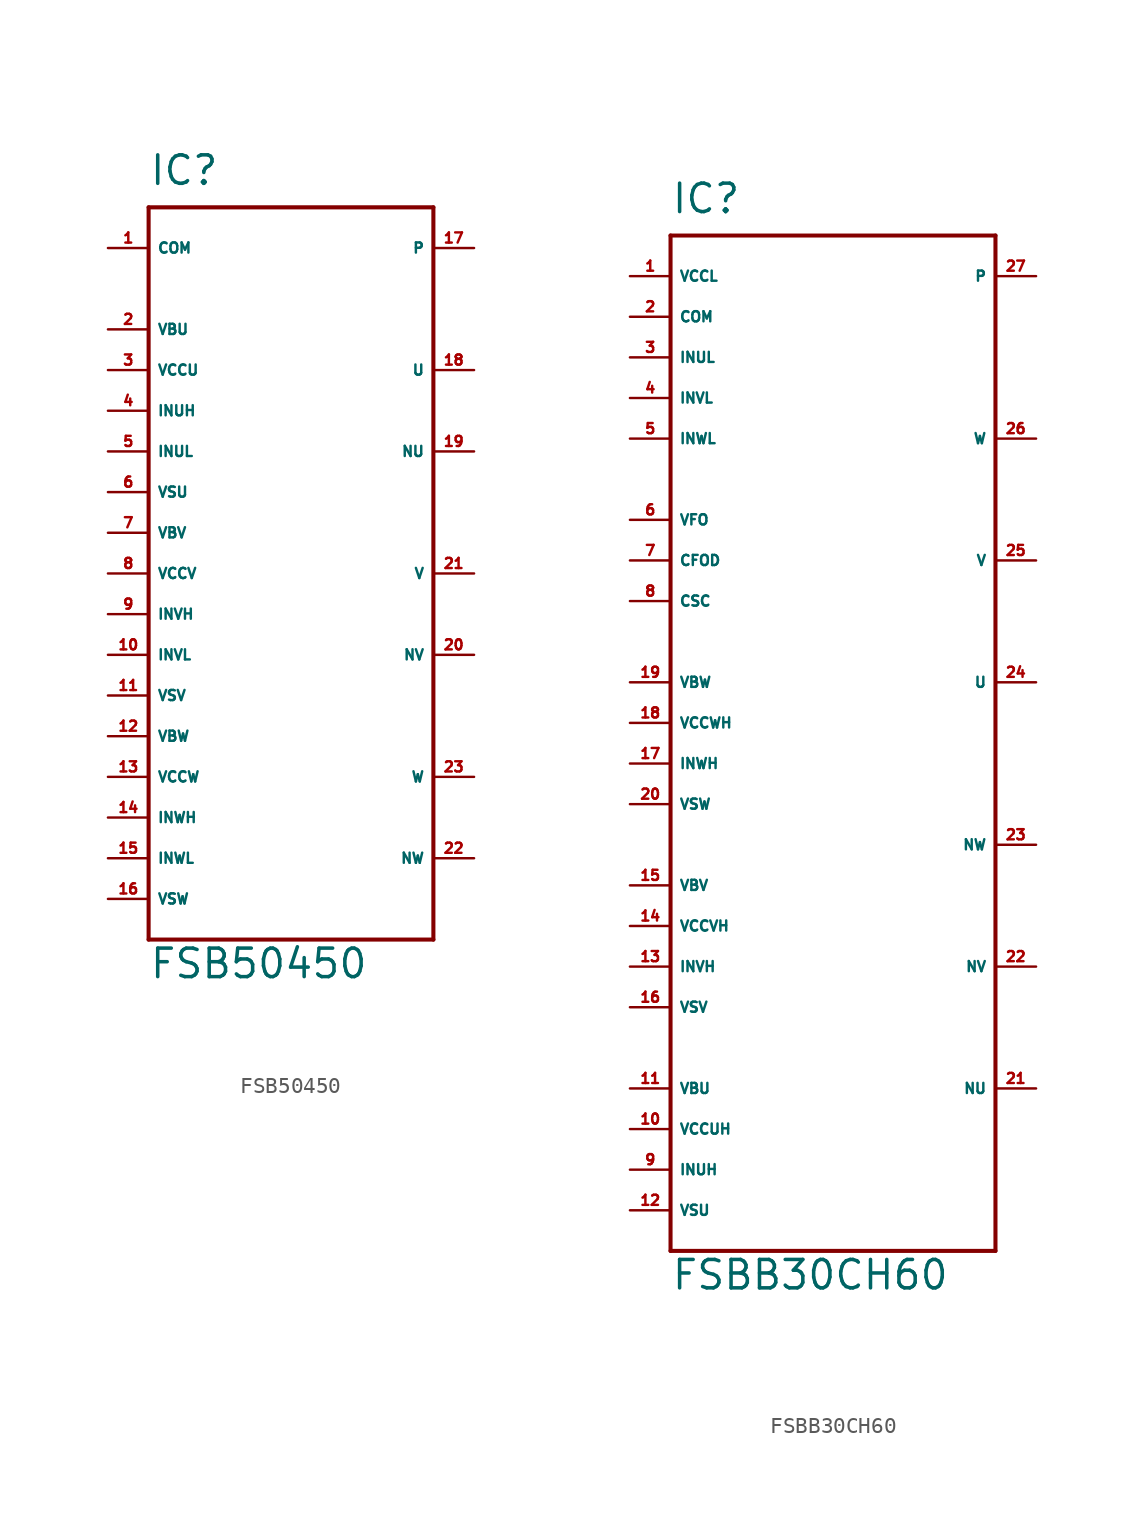
<source format=kicad_sym>
(kicad_symbol_lib
  (version 20220914)
  (generator Eagle2Kicad)
  (symbol "FSB50450"
    (property "Reference" "IC"
      (at -10.16 24.13 0)
      (effects (font (size 1.778 1.778) (thickness 0.22)) (justify left bottom)))
    (property "Value" "FSB50450"
      (at -10.16 -25.4 0)
      (effects (font (size 1.778 1.778) (thickness 0.22)) (justify left bottom)))
    (polyline
      (pts (xy -10.16 22.86) (xy 7.62 22.86))
      (stroke (width 0.254) (type default))
      (fill (type none)))
    (polyline
      (pts (xy 7.62 22.86) (xy 7.62 -22.86))
      (stroke (width 0.254) (type default))
      (fill (type none)))
    (polyline
      (pts (xy 7.62 -22.86) (xy -10.16 -22.86))
      (stroke (width 0.254) (type default))
      (fill (type none)))
    (polyline
      (pts (xy -10.16 -22.86) (xy -10.16 22.86))
      (stroke (width 0.254) (type default))
      (fill (type none)))
    (pin input line
      (at -12.7 20.32 0)
      (length 2.54)
      (name "COM" (effects (font (size 0.635 0.635) (thickness 0.08)) (justify left bottom)))
      (number "1" (effects (font (size 0.635 0.635) (thickness 0.08)) (justify left bottom))))
    (pin input line
      (at -12.7 15.24 0)
      (length 2.54)
      (name "VBU" (effects (font (size 0.635 0.635) (thickness 0.08)) (justify left bottom)))
      (number "2" (effects (font (size 0.635 0.635) (thickness 0.08)) (justify left bottom))))
    (pin input line
      (at -12.7 12.7 0)
      (length 2.54)
      (name "VCCU" (effects (font (size 0.635 0.635) (thickness 0.08)) (justify left bottom)))
      (number "3" (effects (font (size 0.635 0.635) (thickness 0.08)) (justify left bottom))))
    (pin input line
      (at -12.7 10.16 0)
      (length 2.54)
      (name "INUH" (effects (font (size 0.635 0.635) (thickness 0.08)) (justify left bottom)))
      (number "4" (effects (font (size 0.635 0.635) (thickness 0.08)) (justify left bottom))))
    (pin input line
      (at -12.7 7.62 0)
      (length 2.54)
      (name "INUL" (effects (font (size 0.635 0.635) (thickness 0.08)) (justify left bottom)))
      (number "5" (effects (font (size 0.635 0.635) (thickness 0.08)) (justify left bottom))))
    (pin input line
      (at -12.7 5.08 0)
      (length 2.54)
      (name "VSU" (effects (font (size 0.635 0.635) (thickness 0.08)) (justify left bottom)))
      (number "6" (effects (font (size 0.635 0.635) (thickness 0.08)) (justify left bottom))))
    (pin input line
      (at -12.7 2.54 0)
      (length 2.54)
      (name "VBV" (effects (font (size 0.635 0.635) (thickness 0.08)) (justify left bottom)))
      (number "7" (effects (font (size 0.635 0.635) (thickness 0.08)) (justify left bottom))))
    (pin input line
      (at -12.7 0 0)
      (length 2.54)
      (name "VCCV" (effects (font (size 0.635 0.635) (thickness 0.08)) (justify left bottom)))
      (number "8" (effects (font (size 0.635 0.635) (thickness 0.08)) (justify left bottom))))
    (pin input line
      (at -12.7 -2.54 0)
      (length 2.54)
      (name "INVH" (effects (font (size 0.635 0.635) (thickness 0.08)) (justify left bottom)))
      (number "9" (effects (font (size 0.635 0.635) (thickness 0.08)) (justify left bottom))))
    (pin input line
      (at -12.7 -5.08 0)
      (length 2.54)
      (name "INVL" (effects (font (size 0.635 0.635) (thickness 0.08)) (justify left bottom)))
      (number "10" (effects (font (size 0.635 0.635) (thickness 0.08)) (justify left bottom))))
    (pin input line
      (at -12.7 -7.62 0)
      (length 2.54)
      (name "VSV" (effects (font (size 0.635 0.635) (thickness 0.08)) (justify left bottom)))
      (number "11" (effects (font (size 0.635 0.635) (thickness 0.08)) (justify left bottom))))
    (pin input line
      (at -12.7 -10.16 0)
      (length 2.54)
      (name "VBW" (effects (font (size 0.635 0.635) (thickness 0.08)) (justify left bottom)))
      (number "12" (effects (font (size 0.635 0.635) (thickness 0.08)) (justify left bottom))))
    (pin input line
      (at -12.7 -12.7 0)
      (length 2.54)
      (name "VCCW" (effects (font (size 0.635 0.635) (thickness 0.08)) (justify left bottom)))
      (number "13" (effects (font (size 0.635 0.635) (thickness 0.08)) (justify left bottom))))
    (pin input line
      (at -12.7 -15.24 0)
      (length 2.54)
      (name "INWH" (effects (font (size 0.635 0.635) (thickness 0.08)) (justify left bottom)))
      (number "14" (effects (font (size 0.635 0.635) (thickness 0.08)) (justify left bottom))))
    (pin input line
      (at -12.7 -17.78 0)
      (length 2.54)
      (name "INWL" (effects (font (size 0.635 0.635) (thickness 0.08)) (justify left bottom)))
      (number "15" (effects (font (size 0.635 0.635) (thickness 0.08)) (justify left bottom))))
    (pin input line
      (at -12.7 -20.32 0)
      (length 2.54)
      (name "VSW" (effects (font (size 0.635 0.635) (thickness 0.08)) (justify left bottom)))
      (number "16" (effects (font (size 0.635 0.635) (thickness 0.08)) (justify left bottom))))
    (pin input line
      (at 10.16 20.32 180)
      (length 2.54)
      (name "P" (effects (font (size 0.635 0.635) (thickness 0.08)) (justify left bottom)))
      (number "17" (effects (font (size 0.635 0.635) (thickness 0.08)) (justify left bottom))))
    (pin input line
      (at 10.16 12.7 180)
      (length 2.54)
      (name "U" (effects (font (size 0.635 0.635) (thickness 0.08)) (justify left bottom)))
      (number "18" (effects (font (size 0.635 0.635) (thickness 0.08)) (justify left bottom))))
    (pin input line
      (at 10.16 7.62 180)
      (length 2.54)
      (name "NU" (effects (font (size 0.635 0.635) (thickness 0.08)) (justify left bottom)))
      (number "19" (effects (font (size 0.635 0.635) (thickness 0.08)) (justify left bottom))))
    (pin input line
      (at 10.16 -5.08 180)
      (length 2.54)
      (name "NV" (effects (font (size 0.635 0.635) (thickness 0.08)) (justify left bottom)))
      (number "20" (effects (font (size 0.635 0.635) (thickness 0.08)) (justify left bottom))))
    (pin input line
      (at 10.16 0 180)
      (length 2.54)
      (name "V" (effects (font (size 0.635 0.635) (thickness 0.08)) (justify left bottom)))
      (number "21" (effects (font (size 0.635 0.635) (thickness 0.08)) (justify left bottom))))
    (pin input line
      (at 10.16 -17.78 180)
      (length 2.54)
      (name "NW" (effects (font (size 0.635 0.635) (thickness 0.08)) (justify left bottom)))
      (number "22" (effects (font (size 0.635 0.635) (thickness 0.08)) (justify left bottom))))
    (pin input line
      (at 10.16 -12.7 180)
      (length 2.54)
      (name "W" (effects (font (size 0.635 0.635) (thickness 0.08)) (justify left bottom)))
      (number "23" (effects (font (size 0.635 0.635) (thickness 0.08)) (justify left bottom)))))
  (symbol "FSBB30CH60"
    (property "Reference" "IC"
      (at -10.16 31.75 0)
      (effects (font (size 1.778 1.778) (thickness 0.22)) (justify left bottom)))
    (property "Value" "FSBB30CH60"
      (at -10.16 -35.56 0)
      (effects (font (size 1.778 1.778) (thickness 0.22)) (justify left bottom)))
    (polyline
      (pts (xy -10.16 30.48) (xy 10.16 30.48))
      (stroke (width 0.254) (type default))
      (fill (type none)))
    (polyline
      (pts (xy 10.16 30.48) (xy 10.16 -33.02))
      (stroke (width 0.254) (type default))
      (fill (type none)))
    (polyline
      (pts (xy 10.16 -33.02) (xy -10.16 -33.02))
      (stroke (width 0.254) (type default))
      (fill (type none)))
    (polyline
      (pts (xy -10.16 -33.02) (xy -10.16 30.48))
      (stroke (width 0.254) (type default))
      (fill (type none)))
    (pin unspecified line
      (at -12.7 27.94 0)
      (length 2.54)
      (name "VCCL" (effects (font (size 0.635 0.635) (thickness 0.08)) (justify left bottom)))
      (number "1" (effects (font (size 0.635 0.635) (thickness 0.08)) (justify left bottom))))
    (pin unspecified line
      (at -12.7 25.4 0)
      (length 2.54)
      (name "COM" (effects (font (size 0.635 0.635) (thickness 0.08)) (justify left bottom)))
      (number "2" (effects (font (size 0.635 0.635) (thickness 0.08)) (justify left bottom))))
    (pin input line
      (at -12.7 22.86 0)
      (length 2.54)
      (name "INUL" (effects (font (size 0.635 0.635) (thickness 0.08)) (justify left bottom)))
      (number "3" (effects (font (size 0.635 0.635) (thickness 0.08)) (justify left bottom))))
    (pin input line
      (at -12.7 20.32 0)
      (length 2.54)
      (name "INVL" (effects (font (size 0.635 0.635) (thickness 0.08)) (justify left bottom)))
      (number "4" (effects (font (size 0.635 0.635) (thickness 0.08)) (justify left bottom))))
    (pin input line
      (at -12.7 17.78 0)
      (length 2.54)
      (name "INWL" (effects (font (size 0.635 0.635) (thickness 0.08)) (justify left bottom)))
      (number "5" (effects (font (size 0.635 0.635) (thickness 0.08)) (justify left bottom))))
    (pin output line
      (at -12.7 12.7 0)
      (length 2.54)
      (name "VFO" (effects (font (size 0.635 0.635) (thickness 0.08)) (justify left bottom)))
      (number "6" (effects (font (size 0.635 0.635) (thickness 0.08)) (justify left bottom))))
    (pin passive line
      (at -12.7 10.16 0)
      (length 2.54)
      (name "CFOD" (effects (font (size 0.635 0.635) (thickness 0.08)) (justify left bottom)))
      (number "7" (effects (font (size 0.635 0.635) (thickness 0.08)) (justify left bottom))))
    (pin passive line
      (at -12.7 7.62 0)
      (length 2.54)
      (name "CSC" (effects (font (size 0.635 0.635) (thickness 0.08)) (justify left bottom)))
      (number "8" (effects (font (size 0.635 0.635) (thickness 0.08)) (justify left bottom))))
    (pin input line
      (at -12.7 -27.94 0)
      (length 2.54)
      (name "INUH" (effects (font (size 0.635 0.635) (thickness 0.08)) (justify left bottom)))
      (number "9" (effects (font (size 0.635 0.635) (thickness 0.08)) (justify left bottom))))
    (pin input line
      (at -12.7 -25.4 0)
      (length 2.54)
      (name "VCCUH" (effects (font (size 0.635 0.635) (thickness 0.08)) (justify left bottom)))
      (number "10" (effects (font (size 0.635 0.635) (thickness 0.08)) (justify left bottom))))
    (pin input line
      (at -12.7 -22.86 0)
      (length 2.54)
      (name "VBU" (effects (font (size 0.635 0.635) (thickness 0.08)) (justify left bottom)))
      (number "11" (effects (font (size 0.635 0.635) (thickness 0.08)) (justify left bottom))))
    (pin input line
      (at -12.7 -30.48 0)
      (length 2.54)
      (name "VSU" (effects (font (size 0.635 0.635) (thickness 0.08)) (justify left bottom)))
      (number "12" (effects (font (size 0.635 0.635) (thickness 0.08)) (justify left bottom))))
    (pin input line
      (at -12.7 -15.24 0)
      (length 2.54)
      (name "INVH" (effects (font (size 0.635 0.635) (thickness 0.08)) (justify left bottom)))
      (number "13" (effects (font (size 0.635 0.635) (thickness 0.08)) (justify left bottom))))
    (pin input line
      (at -12.7 -12.7 0)
      (length 2.54)
      (name "VCCVH" (effects (font (size 0.635 0.635) (thickness 0.08)) (justify left bottom)))
      (number "14" (effects (font (size 0.635 0.635) (thickness 0.08)) (justify left bottom))))
    (pin input line
      (at -12.7 -10.16 0)
      (length 2.54)
      (name "VBV" (effects (font (size 0.635 0.635) (thickness 0.08)) (justify left bottom)))
      (number "15" (effects (font (size 0.635 0.635) (thickness 0.08)) (justify left bottom))))
    (pin input line
      (at -12.7 -17.78 0)
      (length 2.54)
      (name "VSV" (effects (font (size 0.635 0.635) (thickness 0.08)) (justify left bottom)))
      (number "16" (effects (font (size 0.635 0.635) (thickness 0.08)) (justify left bottom))))
    (pin input line
      (at -12.7 -2.54 0)
      (length 2.54)
      (name "INWH" (effects (font (size 0.635 0.635) (thickness 0.08)) (justify left bottom)))
      (number "17" (effects (font (size 0.635 0.635) (thickness 0.08)) (justify left bottom))))
    (pin input line
      (at -12.7 0 0)
      (length 2.54)
      (name "VCCWH" (effects (font (size 0.635 0.635) (thickness 0.08)) (justify left bottom)))
      (number "18" (effects (font (size 0.635 0.635) (thickness 0.08)) (justify left bottom))))
    (pin input line
      (at -12.7 2.54 0)
      (length 2.54)
      (name "VBW" (effects (font (size 0.635 0.635) (thickness 0.08)) (justify left bottom)))
      (number "19" (effects (font (size 0.635 0.635) (thickness 0.08)) (justify left bottom))))
    (pin input line
      (at -12.7 -5.08 0)
      (length 2.54)
      (name "VSW" (effects (font (size 0.635 0.635) (thickness 0.08)) (justify left bottom)))
      (number "20" (effects (font (size 0.635 0.635) (thickness 0.08)) (justify left bottom))))
    (pin input line
      (at 12.7 -22.86 180)
      (length 2.54)
      (name "NU" (effects (font (size 0.635 0.635) (thickness 0.08)) (justify left bottom)))
      (number "21" (effects (font (size 0.635 0.635) (thickness 0.08)) (justify left bottom))))
    (pin input line
      (at 12.7 -15.24 180)
      (length 2.54)
      (name "NV" (effects (font (size 0.635 0.635) (thickness 0.08)) (justify left bottom)))
      (number "22" (effects (font (size 0.635 0.635) (thickness 0.08)) (justify left bottom))))
    (pin input line
      (at 12.7 -7.62 180)
      (length 2.54)
      (name "NW" (effects (font (size 0.635 0.635) (thickness 0.08)) (justify left bottom)))
      (number "23" (effects (font (size 0.635 0.635) (thickness 0.08)) (justify left bottom))))
    (pin output line
      (at 12.7 2.54 180)
      (length 2.54)
      (name "U" (effects (font (size 0.635 0.635) (thickness 0.08)) (justify left bottom)))
      (number "24" (effects (font (size 0.635 0.635) (thickness 0.08)) (justify left bottom))))
    (pin output line
      (at 12.7 10.16 180)
      (length 2.54)
      (name "V" (effects (font (size 0.635 0.635) (thickness 0.08)) (justify left bottom)))
      (number "25" (effects (font (size 0.635 0.635) (thickness 0.08)) (justify left bottom))))
    (pin output line
      (at 12.7 17.78 180)
      (length 2.54)
      (name "W" (effects (font (size 0.635 0.635) (thickness 0.08)) (justify left bottom)))
      (number "26" (effects (font (size 0.635 0.635) (thickness 0.08)) (justify left bottom))))
    (pin input line
      (at 12.7 27.94 180)
      (length 2.54)
      (name "P" (effects (font (size 0.635 0.635) (thickness 0.08)) (justify left bottom)))
      (number "27" (effects (font (size 0.635 0.635) (thickness 0.08)) (justify left bottom))))))
</source>
